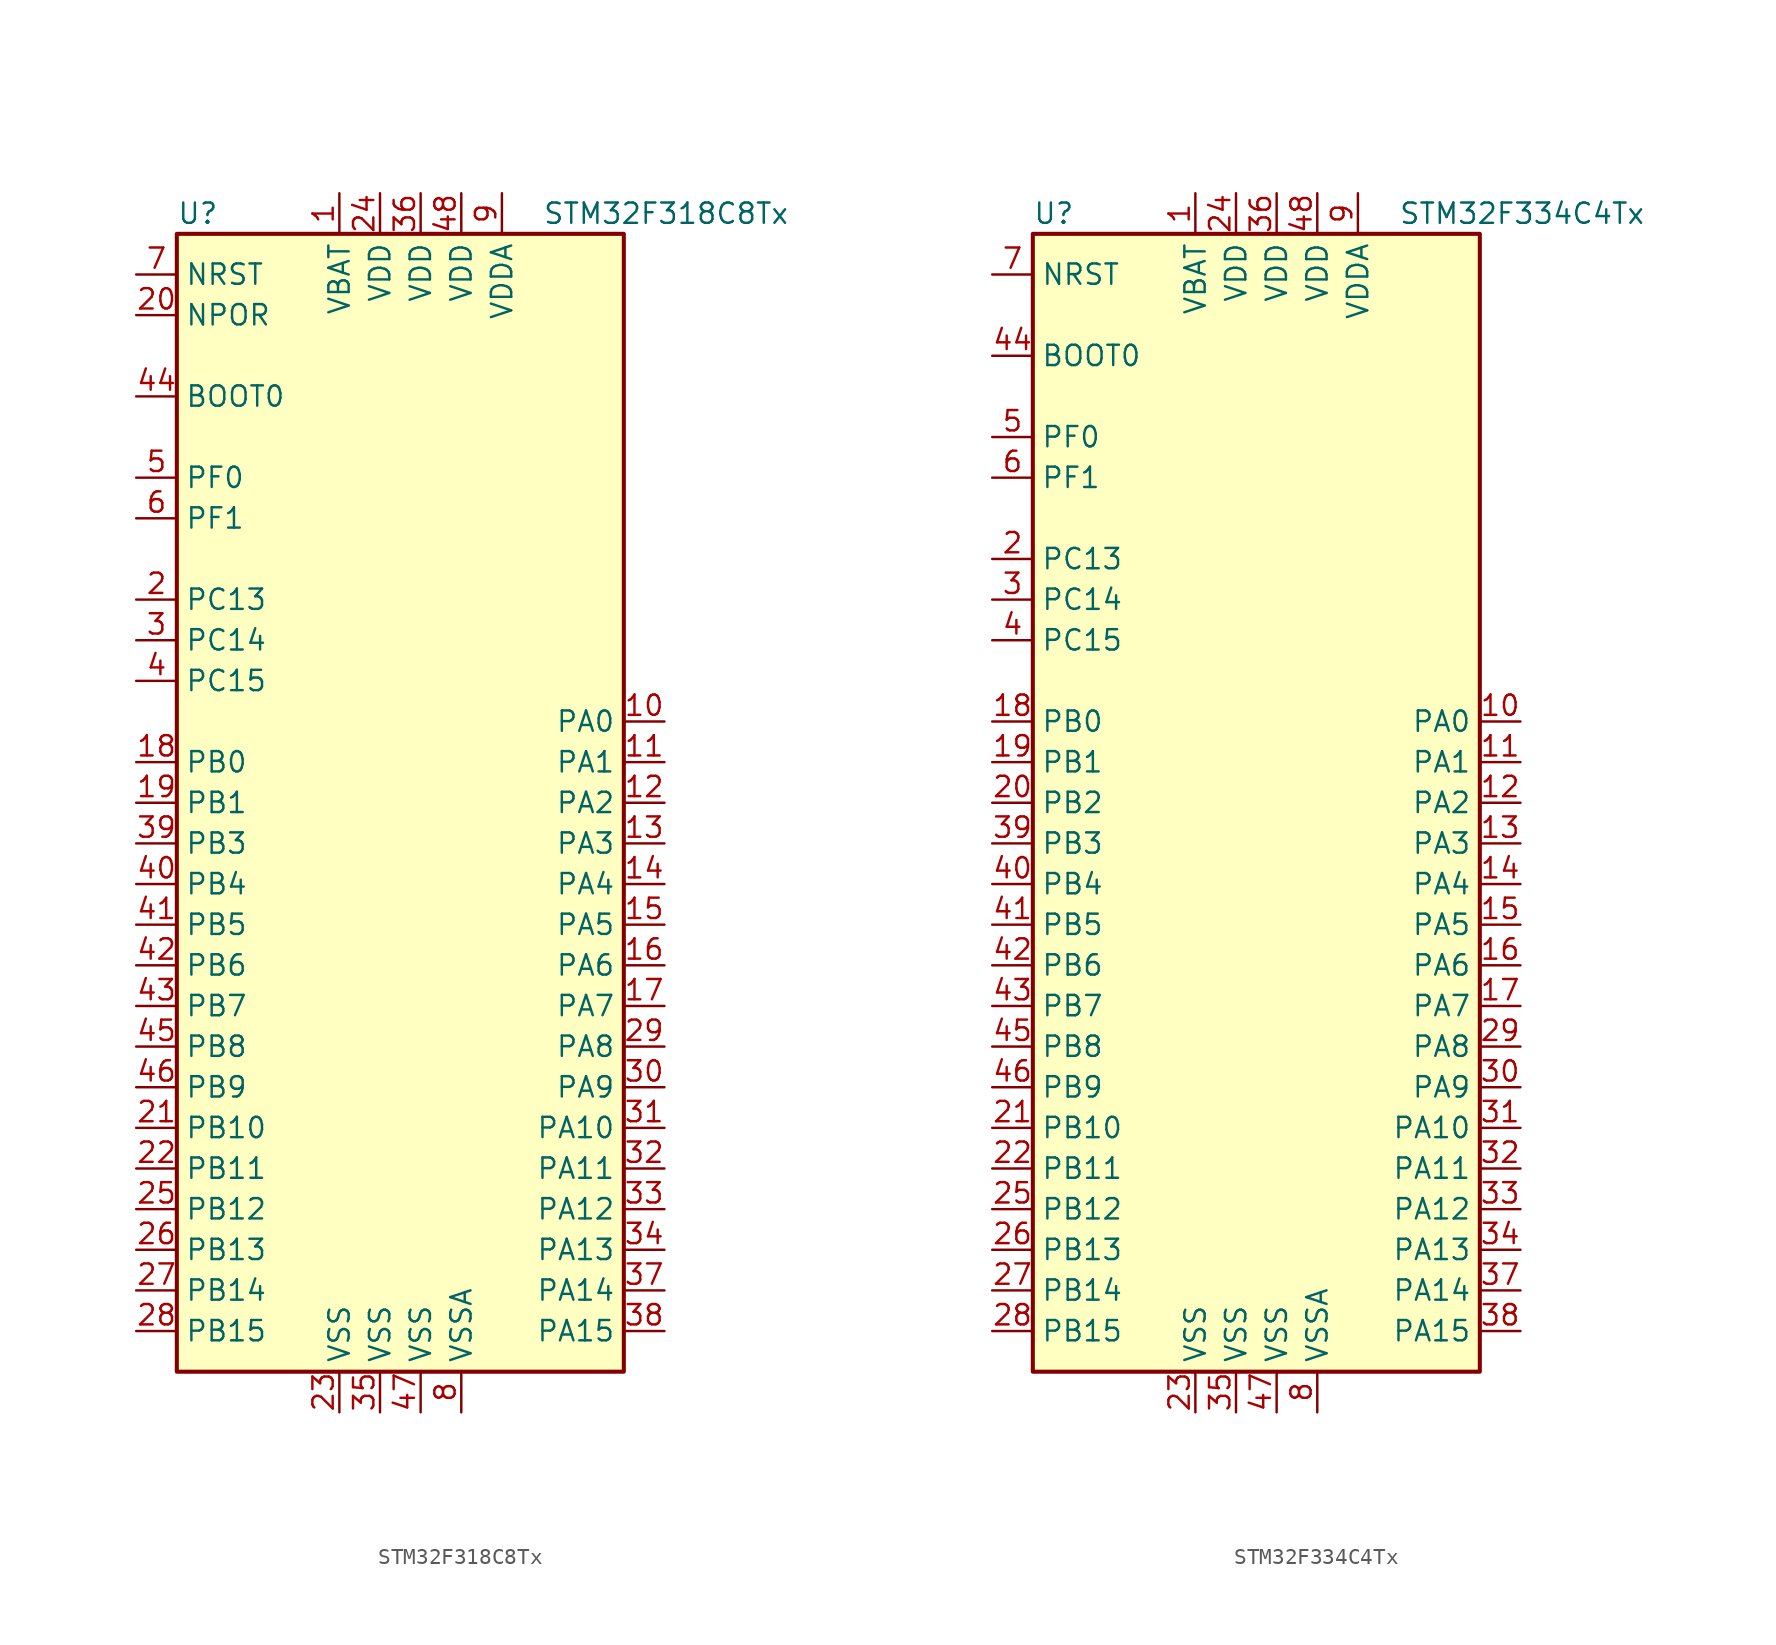
<source format=kicad_sym>
(kicad_symbol_lib
  (version 20201005)
  (generator kicad_symbol_editor)
  (symbol "STM32F318C8Tx"
    (property "Reference" "U"
      (at -15.24 36.83 0)
      (effects (font (size 1.27 1.27)) (justify left)))
    (property "Value" "STM32F318C8Tx"
      (at 7.62 36.83 0)
      (effects (font (size 1.27 1.27)) (justify left)))
    (symbol "STM32F318C8Tx_0_1"
      (rectangle (start -15.24 -35.56) (end 12.7 35.56) (stroke (width 0.254)) (fill (type background))))
    (symbol "STM32F318C8Tx_1_1"
      (pin input line (at -17.78 25.4 0) (length 2.54) (name "BOOT0" (effects (font (size 1.27 1.27)))) (number "44" (effects (font (size 1.27 1.27)))))
      (pin input line (at -17.78 30.48 0) (length 2.54) (name "NPOR" (effects (font (size 1.27 1.27)))) (number "20" (effects (font (size 1.27 1.27)))))
      (pin input line (at -17.78 33.02 0) (length 2.54) (name "NRST" (effects (font (size 1.27 1.27)))) (number "7" (effects (font (size 1.27 1.27)))))
      (pin bidirectional line (at 15.24 5.08 180) (length 2.54) (name "PA0" (effects (font (size 1.27 1.27)))) (number "10" (effects (font (size 1.27 1.27)))))
      (pin bidirectional line (at 15.24 2.54 180) (length 2.54) (name "PA1" (effects (font (size 1.27 1.27)))) (number "11" (effects (font (size 1.27 1.27)))))
      (pin bidirectional line (at 15.24 -20.32 180) (length 2.54) (name "PA10" (effects (font (size 1.27 1.27)))) (number "31" (effects (font (size 1.27 1.27)))))
      (pin bidirectional line (at 15.24 -22.86 180) (length 2.54) (name "PA11" (effects (font (size 1.27 1.27)))) (number "32" (effects (font (size 1.27 1.27)))))
      (pin bidirectional line (at 15.24 -25.4 180) (length 2.54) (name "PA12" (effects (font (size 1.27 1.27)))) (number "33" (effects (font (size 1.27 1.27)))))
      (pin bidirectional line (at 15.24 -27.94 180) (length 2.54) (name "PA13" (effects (font (size 1.27 1.27)))) (number "34" (effects (font (size 1.27 1.27)))))
      (pin bidirectional line (at 15.24 -30.48 180) (length 2.54) (name "PA14" (effects (font (size 1.27 1.27)))) (number "37" (effects (font (size 1.27 1.27)))))
      (pin bidirectional line (at 15.24 -33.02 180) (length 2.54) (name "PA15" (effects (font (size 1.27 1.27)))) (number "38" (effects (font (size 1.27 1.27)))))
      (pin bidirectional line (at 15.24 0 180) (length 2.54) (name "PA2" (effects (font (size 1.27 1.27)))) (number "12" (effects (font (size 1.27 1.27)))))
      (pin bidirectional line (at 15.24 -2.54 180) (length 2.54) (name "PA3" (effects (font (size 1.27 1.27)))) (number "13" (effects (font (size 1.27 1.27)))))
      (pin bidirectional line (at 15.24 -5.08 180) (length 2.54) (name "PA4" (effects (font (size 1.27 1.27)))) (number "14" (effects (font (size 1.27 1.27)))))
      (pin bidirectional line (at 15.24 -7.62 180) (length 2.54) (name "PA5" (effects (font (size 1.27 1.27)))) (number "15" (effects (font (size 1.27 1.27)))))
      (pin bidirectional line (at 15.24 -10.16 180) (length 2.54) (name "PA6" (effects (font (size 1.27 1.27)))) (number "16" (effects (font (size 1.27 1.27)))))
      (pin bidirectional line (at 15.24 -12.7 180) (length 2.54) (name "PA7" (effects (font (size 1.27 1.27)))) (number "17" (effects (font (size 1.27 1.27)))))
      (pin bidirectional line (at 15.24 -15.24 180) (length 2.54) (name "PA8" (effects (font (size 1.27 1.27)))) (number "29" (effects (font (size 1.27 1.27)))))
      (pin bidirectional line (at 15.24 -17.78 180) (length 2.54) (name "PA9" (effects (font (size 1.27 1.27)))) (number "30" (effects (font (size 1.27 1.27)))))
      (pin bidirectional line (at -17.78 2.54 0) (length 2.54) (name "PB0" (effects (font (size 1.27 1.27)))) (number "18" (effects (font (size 1.27 1.27)))))
      (pin bidirectional line (at -17.78 0 0) (length 2.54) (name "PB1" (effects (font (size 1.27 1.27)))) (number "19" (effects (font (size 1.27 1.27)))))
      (pin bidirectional line (at -17.78 -20.32 0) (length 2.54) (name "PB10" (effects (font (size 1.27 1.27)))) (number "21" (effects (font (size 1.27 1.27)))))
      (pin bidirectional line (at -17.78 -22.86 0) (length 2.54) (name "PB11" (effects (font (size 1.27 1.27)))) (number "22" (effects (font (size 1.27 1.27)))))
      (pin bidirectional line (at -17.78 -25.4 0) (length 2.54) (name "PB12" (effects (font (size 1.27 1.27)))) (number "25" (effects (font (size 1.27 1.27)))))
      (pin bidirectional line (at -17.78 -27.94 0) (length 2.54) (name "PB13" (effects (font (size 1.27 1.27)))) (number "26" (effects (font (size 1.27 1.27)))))
      (pin bidirectional line (at -17.78 -30.48 0) (length 2.54) (name "PB14" (effects (font (size 1.27 1.27)))) (number "27" (effects (font (size 1.27 1.27)))))
      (pin bidirectional line (at -17.78 -33.02 0) (length 2.54) (name "PB15" (effects (font (size 1.27 1.27)))) (number "28" (effects (font (size 1.27 1.27)))))
      (pin bidirectional line (at -17.78 -2.54 0) (length 2.54) (name "PB3" (effects (font (size 1.27 1.27)))) (number "39" (effects (font (size 1.27 1.27)))))
      (pin bidirectional line (at -17.78 -5.08 0) (length 2.54) (name "PB4" (effects (font (size 1.27 1.27)))) (number "40" (effects (font (size 1.27 1.27)))))
      (pin bidirectional line (at -17.78 -7.62 0) (length 2.54) (name "PB5" (effects (font (size 1.27 1.27)))) (number "41" (effects (font (size 1.27 1.27)))))
      (pin bidirectional line (at -17.78 -10.16 0) (length 2.54) (name "PB6" (effects (font (size 1.27 1.27)))) (number "42" (effects (font (size 1.27 1.27)))))
      (pin bidirectional line (at -17.78 -12.7 0) (length 2.54) (name "PB7" (effects (font (size 1.27 1.27)))) (number "43" (effects (font (size 1.27 1.27)))))
      (pin bidirectional line (at -17.78 -15.24 0) (length 2.54) (name "PB8" (effects (font (size 1.27 1.27)))) (number "45" (effects (font (size 1.27 1.27)))))
      (pin bidirectional line (at -17.78 -17.78 0) (length 2.54) (name "PB9" (effects (font (size 1.27 1.27)))) (number "46" (effects (font (size 1.27 1.27)))))
      (pin bidirectional line (at -17.78 12.7 0) (length 2.54) (name "PC13" (effects (font (size 1.27 1.27)))) (number "2" (effects (font (size 1.27 1.27)))))
      (pin bidirectional line (at -17.78 10.16 0) (length 2.54) (name "PC14" (effects (font (size 1.27 1.27)))) (number "3" (effects (font (size 1.27 1.27)))))
      (pin bidirectional line (at -17.78 7.62 0) (length 2.54) (name "PC15" (effects (font (size 1.27 1.27)))) (number "4" (effects (font (size 1.27 1.27)))))
      (pin input line (at -17.78 20.32 0) (length 2.54) (name "PF0" (effects (font (size 1.27 1.27)))) (number "5" (effects (font (size 1.27 1.27)))))
      (pin input line (at -17.78 17.78 0) (length 2.54) (name "PF1" (effects (font (size 1.27 1.27)))) (number "6" (effects (font (size 1.27 1.27)))))
      (pin power_in line (at -5.08 38.1 270) (length 2.54) (name "VBAT" (effects (font (size 1.27 1.27)))) (number "1" (effects (font (size 1.27 1.27)))))
      (pin power_in line (at -2.54 38.1 270) (length 2.54) (name "VDD" (effects (font (size 1.27 1.27)))) (number "24" (effects (font (size 1.27 1.27)))))
      (pin power_in line (at 0 38.1 270) (length 2.54) (name "VDD" (effects (font (size 1.27 1.27)))) (number "36" (effects (font (size 1.27 1.27)))))
      (pin power_in line (at 2.54 38.1 270) (length 2.54) (name "VDD" (effects (font (size 1.27 1.27)))) (number "48" (effects (font (size 1.27 1.27)))))
      (pin power_in line (at 5.08 38.1 270) (length 2.54) (name "VDDA" (effects (font (size 1.27 1.27)))) (number "9" (effects (font (size 1.27 1.27)))))
      (pin power_in line (at -5.08 -38.1 90) (length 2.54) (name "VSS" (effects (font (size 1.27 1.27)))) (number "23" (effects (font (size 1.27 1.27)))))
      (pin power_in line (at -2.54 -38.1 90) (length 2.54) (name "VSS" (effects (font (size 1.27 1.27)))) (number "35" (effects (font (size 1.27 1.27)))))
      (pin power_in line (at 0 -38.1 90) (length 2.54) (name "VSS" (effects (font (size 1.27 1.27)))) (number "47" (effects (font (size 1.27 1.27)))))
      (pin power_in line (at 2.54 -38.1 90) (length 2.54) (name "VSSA" (effects (font (size 1.27 1.27)))) (number "8" (effects (font (size 1.27 1.27)))))))
  (symbol "STM32F334C4Tx"
    (property "Reference" "U"
      (at -15.24 36.83 0)
      (effects (font (size 1.27 1.27)) (justify left)))
    (property "Value" "STM32F334C4Tx"
      (at 7.62 36.83 0)
      (effects (font (size 1.27 1.27)) (justify left)))
    (symbol "STM32F334C4Tx_0_1"
      (rectangle (start -15.24 -35.56) (end 12.7 35.56) (stroke (width 0.254)) (fill (type background))))
    (symbol "STM32F334C4Tx_1_1"
      (pin input line (at -17.78 27.94 0) (length 2.54) (name "BOOT0" (effects (font (size 1.27 1.27)))) (number "44" (effects (font (size 1.27 1.27)))))
      (pin input line (at -17.78 33.02 0) (length 2.54) (name "NRST" (effects (font (size 1.27 1.27)))) (number "7" (effects (font (size 1.27 1.27)))))
      (pin bidirectional line (at 15.24 5.08 180) (length 2.54) (name "PA0" (effects (font (size 1.27 1.27)))) (number "10" (effects (font (size 1.27 1.27)))))
      (pin bidirectional line (at 15.24 2.54 180) (length 2.54) (name "PA1" (effects (font (size 1.27 1.27)))) (number "11" (effects (font (size 1.27 1.27)))))
      (pin bidirectional line (at 15.24 -20.32 180) (length 2.54) (name "PA10" (effects (font (size 1.27 1.27)))) (number "31" (effects (font (size 1.27 1.27)))))
      (pin bidirectional line (at 15.24 -22.86 180) (length 2.54) (name "PA11" (effects (font (size 1.27 1.27)))) (number "32" (effects (font (size 1.27 1.27)))))
      (pin bidirectional line (at 15.24 -25.4 180) (length 2.54) (name "PA12" (effects (font (size 1.27 1.27)))) (number "33" (effects (font (size 1.27 1.27)))))
      (pin bidirectional line (at 15.24 -27.94 180) (length 2.54) (name "PA13" (effects (font (size 1.27 1.27)))) (number "34" (effects (font (size 1.27 1.27)))))
      (pin bidirectional line (at 15.24 -30.48 180) (length 2.54) (name "PA14" (effects (font (size 1.27 1.27)))) (number "37" (effects (font (size 1.27 1.27)))))
      (pin bidirectional line (at 15.24 -33.02 180) (length 2.54) (name "PA15" (effects (font (size 1.27 1.27)))) (number "38" (effects (font (size 1.27 1.27)))))
      (pin bidirectional line (at 15.24 0 180) (length 2.54) (name "PA2" (effects (font (size 1.27 1.27)))) (number "12" (effects (font (size 1.27 1.27)))))
      (pin bidirectional line (at 15.24 -2.54 180) (length 2.54) (name "PA3" (effects (font (size 1.27 1.27)))) (number "13" (effects (font (size 1.27 1.27)))))
      (pin bidirectional line (at 15.24 -5.08 180) (length 2.54) (name "PA4" (effects (font (size 1.27 1.27)))) (number "14" (effects (font (size 1.27 1.27)))))
      (pin bidirectional line (at 15.24 -7.62 180) (length 2.54) (name "PA5" (effects (font (size 1.27 1.27)))) (number "15" (effects (font (size 1.27 1.27)))))
      (pin bidirectional line (at 15.24 -10.16 180) (length 2.54) (name "PA6" (effects (font (size 1.27 1.27)))) (number "16" (effects (font (size 1.27 1.27)))))
      (pin bidirectional line (at 15.24 -12.7 180) (length 2.54) (name "PA7" (effects (font (size 1.27 1.27)))) (number "17" (effects (font (size 1.27 1.27)))))
      (pin bidirectional line (at 15.24 -15.24 180) (length 2.54) (name "PA8" (effects (font (size 1.27 1.27)))) (number "29" (effects (font (size 1.27 1.27)))))
      (pin bidirectional line (at 15.24 -17.78 180) (length 2.54) (name "PA9" (effects (font (size 1.27 1.27)))) (number "30" (effects (font (size 1.27 1.27)))))
      (pin bidirectional line (at -17.78 5.08 0) (length 2.54) (name "PB0" (effects (font (size 1.27 1.27)))) (number "18" (effects (font (size 1.27 1.27)))))
      (pin bidirectional line (at -17.78 2.54 0) (length 2.54) (name "PB1" (effects (font (size 1.27 1.27)))) (number "19" (effects (font (size 1.27 1.27)))))
      (pin bidirectional line (at -17.78 -20.32 0) (length 2.54) (name "PB10" (effects (font (size 1.27 1.27)))) (number "21" (effects (font (size 1.27 1.27)))))
      (pin bidirectional line (at -17.78 -22.86 0) (length 2.54) (name "PB11" (effects (font (size 1.27 1.27)))) (number "22" (effects (font (size 1.27 1.27)))))
      (pin bidirectional line (at -17.78 -25.4 0) (length 2.54) (name "PB12" (effects (font (size 1.27 1.27)))) (number "25" (effects (font (size 1.27 1.27)))))
      (pin bidirectional line (at -17.78 -27.94 0) (length 2.54) (name "PB13" (effects (font (size 1.27 1.27)))) (number "26" (effects (font (size 1.27 1.27)))))
      (pin bidirectional line (at -17.78 -30.48 0) (length 2.54) (name "PB14" (effects (font (size 1.27 1.27)))) (number "27" (effects (font (size 1.27 1.27)))))
      (pin bidirectional line (at -17.78 -33.02 0) (length 2.54) (name "PB15" (effects (font (size 1.27 1.27)))) (number "28" (effects (font (size 1.27 1.27)))))
      (pin bidirectional line (at -17.78 0 0) (length 2.54) (name "PB2" (effects (font (size 1.27 1.27)))) (number "20" (effects (font (size 1.27 1.27)))))
      (pin bidirectional line (at -17.78 -2.54 0) (length 2.54) (name "PB3" (effects (font (size 1.27 1.27)))) (number "39" (effects (font (size 1.27 1.27)))))
      (pin bidirectional line (at -17.78 -5.08 0) (length 2.54) (name "PB4" (effects (font (size 1.27 1.27)))) (number "40" (effects (font (size 1.27 1.27)))))
      (pin bidirectional line (at -17.78 -7.62 0) (length 2.54) (name "PB5" (effects (font (size 1.27 1.27)))) (number "41" (effects (font (size 1.27 1.27)))))
      (pin bidirectional line (at -17.78 -10.16 0) (length 2.54) (name "PB6" (effects (font (size 1.27 1.27)))) (number "42" (effects (font (size 1.27 1.27)))))
      (pin bidirectional line (at -17.78 -12.7 0) (length 2.54) (name "PB7" (effects (font (size 1.27 1.27)))) (number "43" (effects (font (size 1.27 1.27)))))
      (pin bidirectional line (at -17.78 -15.24 0) (length 2.54) (name "PB8" (effects (font (size 1.27 1.27)))) (number "45" (effects (font (size 1.27 1.27)))))
      (pin bidirectional line (at -17.78 -17.78 0) (length 2.54) (name "PB9" (effects (font (size 1.27 1.27)))) (number "46" (effects (font (size 1.27 1.27)))))
      (pin bidirectional line (at -17.78 15.24 0) (length 2.54) (name "PC13" (effects (font (size 1.27 1.27)))) (number "2" (effects (font (size 1.27 1.27)))))
      (pin bidirectional line (at -17.78 12.7 0) (length 2.54) (name "PC14" (effects (font (size 1.27 1.27)))) (number "3" (effects (font (size 1.27 1.27)))))
      (pin bidirectional line (at -17.78 10.16 0) (length 2.54) (name "PC15" (effects (font (size 1.27 1.27)))) (number "4" (effects (font (size 1.27 1.27)))))
      (pin input line (at -17.78 22.86 0) (length 2.54) (name "PF0" (effects (font (size 1.27 1.27)))) (number "5" (effects (font (size 1.27 1.27)))))
      (pin input line (at -17.78 20.32 0) (length 2.54) (name "PF1" (effects (font (size 1.27 1.27)))) (number "6" (effects (font (size 1.27 1.27)))))
      (pin power_in line (at -5.08 38.1 270) (length 2.54) (name "VBAT" (effects (font (size 1.27 1.27)))) (number "1" (effects (font (size 1.27 1.27)))))
      (pin power_in line (at -2.54 38.1 270) (length 2.54) (name "VDD" (effects (font (size 1.27 1.27)))) (number "24" (effects (font (size 1.27 1.27)))))
      (pin power_in line (at 0 38.1 270) (length 2.54) (name "VDD" (effects (font (size 1.27 1.27)))) (number "36" (effects (font (size 1.27 1.27)))))
      (pin power_in line (at 2.54 38.1 270) (length 2.54) (name "VDD" (effects (font (size 1.27 1.27)))) (number "48" (effects (font (size 1.27 1.27)))))
      (pin power_in line (at 5.08 38.1 270) (length 2.54) (name "VDDA" (effects (font (size 1.27 1.27)))) (number "9" (effects (font (size 1.27 1.27)))))
      (pin power_in line (at -5.08 -38.1 90) (length 2.54) (name "VSS" (effects (font (size 1.27 1.27)))) (number "23" (effects (font (size 1.27 1.27)))))
      (pin power_in line (at -2.54 -38.1 90) (length 2.54) (name "VSS" (effects (font (size 1.27 1.27)))) (number "35" (effects (font (size 1.27 1.27)))))
      (pin power_in line (at 0 -38.1 90) (length 2.54) (name "VSS" (effects (font (size 1.27 1.27)))) (number "47" (effects (font (size 1.27 1.27)))))
      (pin power_in line (at 2.54 -38.1 90) (length 2.54) (name "VSSA" (effects (font (size 1.27 1.27)))) (number "8" (effects (font (size 1.27 1.27))))))))
</source>
